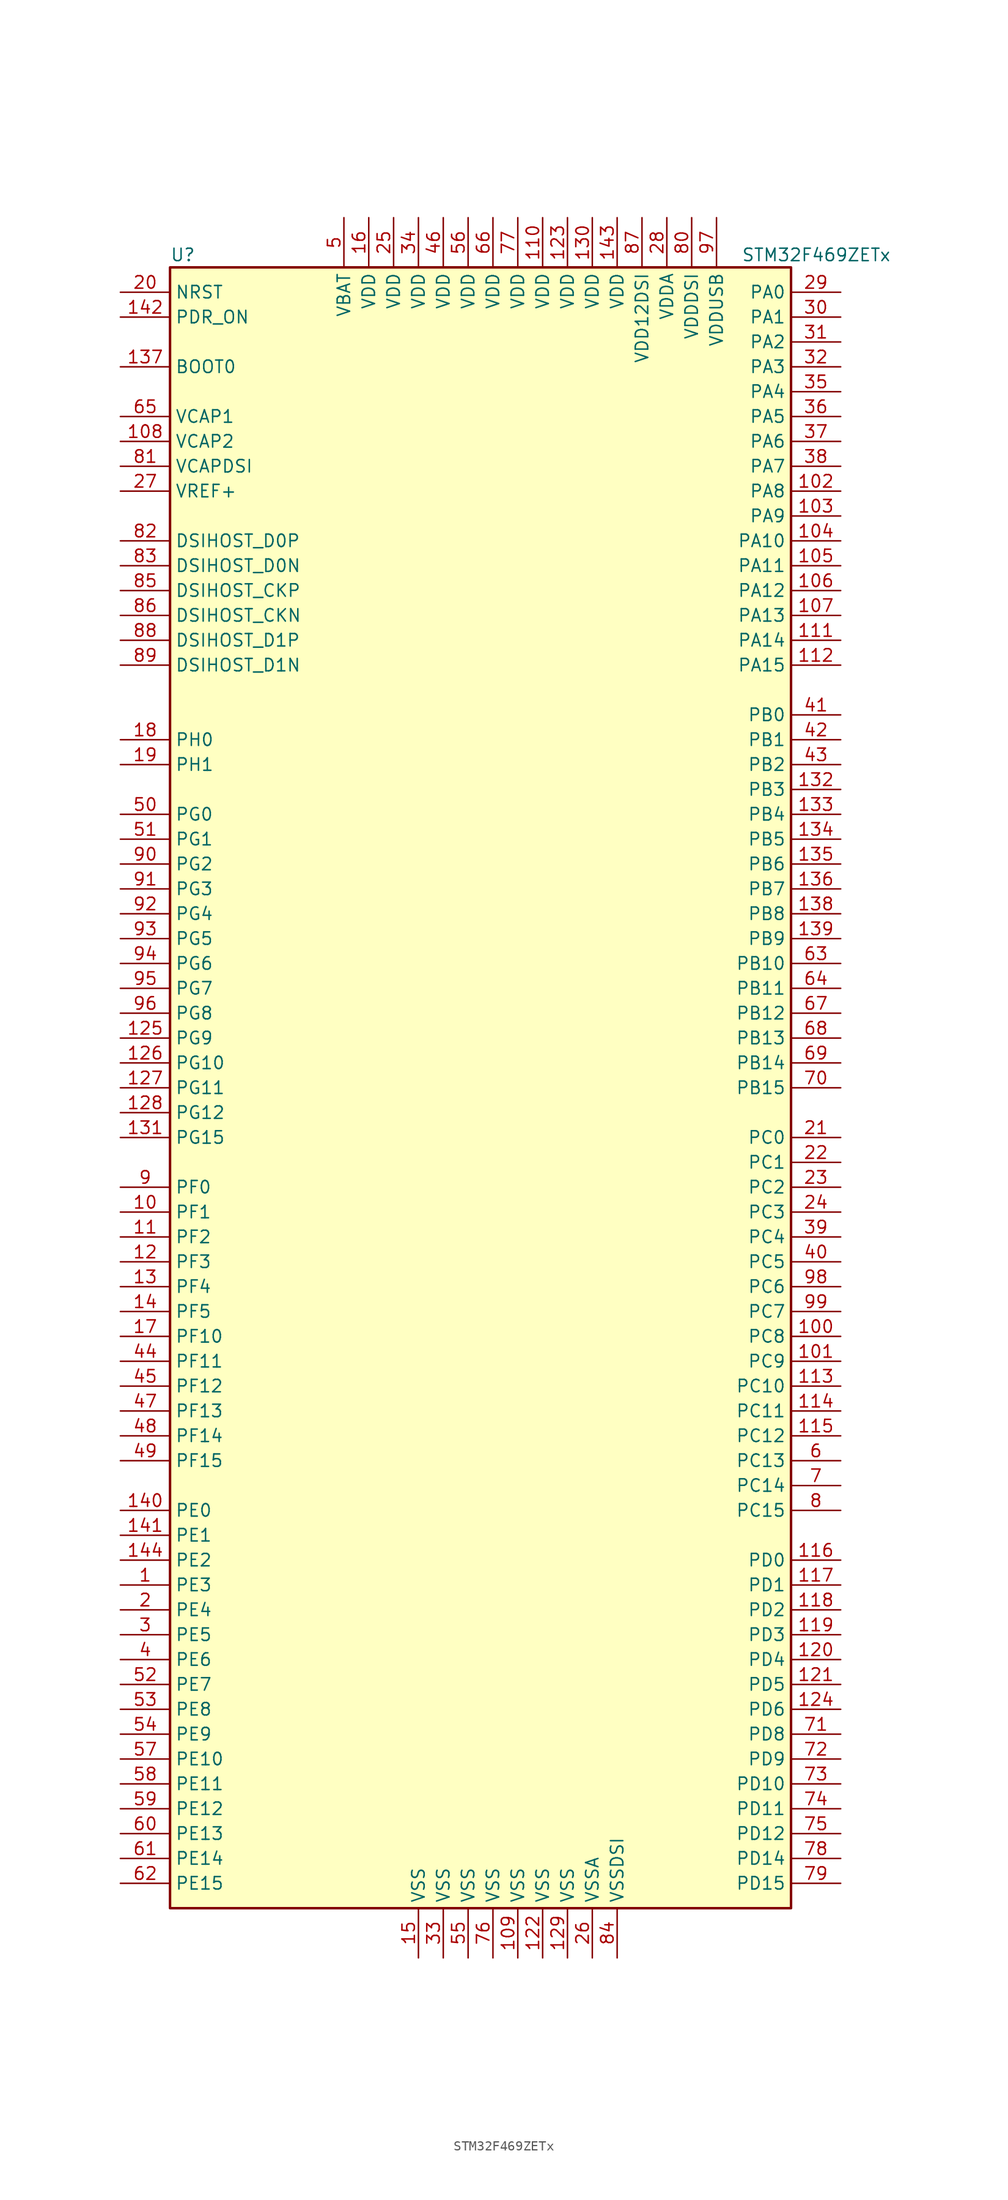
<source format=kicad_sym>
(kicad_symbol_lib
  (version 20211014)
  (generator kicad_symbol_editor)
  (symbol "STM32F469ZETx"
    (property "Reference" "U"
      (at -33.02 85.09 0)
      (effects (font (size 1.27 1.27)) (justify left)))
    (property "Value" "STM32F469ZETx"
      (at 25.4 85.09 0)
      (effects (font (size 1.27 1.27)) (justify left)))
    (symbol "STM32F469ZETx_0_1"
      (rectangle (start -33.02 -83.82) (end 30.48 83.82) (stroke (width 0.254) (type default) (color 0 0 0 0)) (fill (type background))))
    (symbol "STM32F469ZETx_1_1"
      (pin bidirectional line (at -38.1 -50.8 0) (length 5.08) (name "PE3" (effects (font (size 1.27 1.27)))) (number "1" (effects (font (size 1.27 1.27)))))
      (pin bidirectional line (at -38.1 -12.7 0) (length 5.08) (name "PF1" (effects (font (size 1.27 1.27)))) (number "10" (effects (font (size 1.27 1.27)))))
      (pin bidirectional line (at 35.56 -25.4 180) (length 5.08) (name "PC8" (effects (font (size 1.27 1.27)))) (number "100" (effects (font (size 1.27 1.27)))))
      (pin bidirectional line (at 35.56 -27.94 180) (length 5.08) (name "PC9" (effects (font (size 1.27 1.27)))) (number "101" (effects (font (size 1.27 1.27)))))
      (pin bidirectional line (at 35.56 60.96 180) (length 5.08) (name "PA8" (effects (font (size 1.27 1.27)))) (number "102" (effects (font (size 1.27 1.27)))))
      (pin bidirectional line (at 35.56 58.42 180) (length 5.08) (name "PA9" (effects (font (size 1.27 1.27)))) (number "103" (effects (font (size 1.27 1.27)))))
      (pin bidirectional line (at 35.56 55.88 180) (length 5.08) (name "PA10" (effects (font (size 1.27 1.27)))) (number "104" (effects (font (size 1.27 1.27)))))
      (pin bidirectional line (at 35.56 53.34 180) (length 5.08) (name "PA11" (effects (font (size 1.27 1.27)))) (number "105" (effects (font (size 1.27 1.27)))))
      (pin bidirectional line (at 35.56 50.8 180) (length 5.08) (name "PA12" (effects (font (size 1.27 1.27)))) (number "106" (effects (font (size 1.27 1.27)))))
      (pin bidirectional line (at 35.56 48.26 180) (length 5.08) (name "PA13" (effects (font (size 1.27 1.27)))) (number "107" (effects (font (size 1.27 1.27)))))
      (pin power_in line (at -38.1 66.04 0) (length 5.08) (name "VCAP2" (effects (font (size 1.27 1.27)))) (number "108" (effects (font (size 1.27 1.27)))))
      (pin power_in line (at 2.54 -88.9 90) (length 5.08) (name "VSS" (effects (font (size 1.27 1.27)))) (number "109" (effects (font (size 1.27 1.27)))))
      (pin bidirectional line (at -38.1 -15.24 0) (length 5.08) (name "PF2" (effects (font (size 1.27 1.27)))) (number "11" (effects (font (size 1.27 1.27)))))
      (pin power_in line (at 5.08 88.9 270) (length 5.08) (name "VDD" (effects (font (size 1.27 1.27)))) (number "110" (effects (font (size 1.27 1.27)))))
      (pin bidirectional line (at 35.56 45.72 180) (length 5.08) (name "PA14" (effects (font (size 1.27 1.27)))) (number "111" (effects (font (size 1.27 1.27)))))
      (pin bidirectional line (at 35.56 43.18 180) (length 5.08) (name "PA15" (effects (font (size 1.27 1.27)))) (number "112" (effects (font (size 1.27 1.27)))))
      (pin bidirectional line (at 35.56 -30.48 180) (length 5.08) (name "PC10" (effects (font (size 1.27 1.27)))) (number "113" (effects (font (size 1.27 1.27)))))
      (pin bidirectional line (at 35.56 -33.02 180) (length 5.08) (name "PC11" (effects (font (size 1.27 1.27)))) (number "114" (effects (font (size 1.27 1.27)))))
      (pin bidirectional line (at 35.56 -35.56 180) (length 5.08) (name "PC12" (effects (font (size 1.27 1.27)))) (number "115" (effects (font (size 1.27 1.27)))))
      (pin bidirectional line (at 35.56 -48.26 180) (length 5.08) (name "PD0" (effects (font (size 1.27 1.27)))) (number "116" (effects (font (size 1.27 1.27)))))
      (pin bidirectional line (at 35.56 -50.8 180) (length 5.08) (name "PD1" (effects (font (size 1.27 1.27)))) (number "117" (effects (font (size 1.27 1.27)))))
      (pin bidirectional line (at 35.56 -53.34 180) (length 5.08) (name "PD2" (effects (font (size 1.27 1.27)))) (number "118" (effects (font (size 1.27 1.27)))))
      (pin bidirectional line (at 35.56 -55.88 180) (length 5.08) (name "PD3" (effects (font (size 1.27 1.27)))) (number "119" (effects (font (size 1.27 1.27)))))
      (pin bidirectional line (at -38.1 -17.78 0) (length 5.08) (name "PF3" (effects (font (size 1.27 1.27)))) (number "12" (effects (font (size 1.27 1.27)))))
      (pin bidirectional line (at 35.56 -58.42 180) (length 5.08) (name "PD4" (effects (font (size 1.27 1.27)))) (number "120" (effects (font (size 1.27 1.27)))))
      (pin bidirectional line (at 35.56 -60.96 180) (length 5.08) (name "PD5" (effects (font (size 1.27 1.27)))) (number "121" (effects (font (size 1.27 1.27)))))
      (pin power_in line (at 5.08 -88.9 90) (length 5.08) (name "VSS" (effects (font (size 1.27 1.27)))) (number "122" (effects (font (size 1.27 1.27)))))
      (pin power_in line (at 7.62 88.9 270) (length 5.08) (name "VDD" (effects (font (size 1.27 1.27)))) (number "123" (effects (font (size 1.27 1.27)))))
      (pin bidirectional line (at 35.56 -63.5 180) (length 5.08) (name "PD6" (effects (font (size 1.27 1.27)))) (number "124" (effects (font (size 1.27 1.27)))))
      (pin bidirectional line (at -38.1 5.08 0) (length 5.08) (name "PG9" (effects (font (size 1.27 1.27)))) (number "125" (effects (font (size 1.27 1.27)))))
      (pin bidirectional line (at -38.1 2.54 0) (length 5.08) (name "PG10" (effects (font (size 1.27 1.27)))) (number "126" (effects (font (size 1.27 1.27)))))
      (pin bidirectional line (at -38.1 0 0) (length 5.08) (name "PG11" (effects (font (size 1.27 1.27)))) (number "127" (effects (font (size 1.27 1.27)))))
      (pin bidirectional line (at -38.1 -2.54 0) (length 5.08) (name "PG12" (effects (font (size 1.27 1.27)))) (number "128" (effects (font (size 1.27 1.27)))))
      (pin power_in line (at 7.62 -88.9 90) (length 5.08) (name "VSS" (effects (font (size 1.27 1.27)))) (number "129" (effects (font (size 1.27 1.27)))))
      (pin bidirectional line (at -38.1 -20.32 0) (length 5.08) (name "PF4" (effects (font (size 1.27 1.27)))) (number "13" (effects (font (size 1.27 1.27)))))
      (pin power_in line (at 10.16 88.9 270) (length 5.08) (name "VDD" (effects (font (size 1.27 1.27)))) (number "130" (effects (font (size 1.27 1.27)))))
      (pin bidirectional line (at -38.1 -5.08 0) (length 5.08) (name "PG15" (effects (font (size 1.27 1.27)))) (number "131" (effects (font (size 1.27 1.27)))))
      (pin bidirectional line (at 35.56 30.48 180) (length 5.08) (name "PB3" (effects (font (size 1.27 1.27)))) (number "132" (effects (font (size 1.27 1.27)))))
      (pin bidirectional line (at 35.56 27.94 180) (length 5.08) (name "PB4" (effects (font (size 1.27 1.27)))) (number "133" (effects (font (size 1.27 1.27)))))
      (pin bidirectional line (at 35.56 25.4 180) (length 5.08) (name "PB5" (effects (font (size 1.27 1.27)))) (number "134" (effects (font (size 1.27 1.27)))))
      (pin bidirectional line (at 35.56 22.86 180) (length 5.08) (name "PB6" (effects (font (size 1.27 1.27)))) (number "135" (effects (font (size 1.27 1.27)))))
      (pin bidirectional line (at 35.56 20.32 180) (length 5.08) (name "PB7" (effects (font (size 1.27 1.27)))) (number "136" (effects (font (size 1.27 1.27)))))
      (pin input line (at -38.1 73.66 0) (length 5.08) (name "BOOT0" (effects (font (size 1.27 1.27)))) (number "137" (effects (font (size 1.27 1.27)))))
      (pin bidirectional line (at 35.56 17.78 180) (length 5.08) (name "PB8" (effects (font (size 1.27 1.27)))) (number "138" (effects (font (size 1.27 1.27)))))
      (pin bidirectional line (at 35.56 15.24 180) (length 5.08) (name "PB9" (effects (font (size 1.27 1.27)))) (number "139" (effects (font (size 1.27 1.27)))))
      (pin bidirectional line (at -38.1 -22.86 0) (length 5.08) (name "PF5" (effects (font (size 1.27 1.27)))) (number "14" (effects (font (size 1.27 1.27)))))
      (pin bidirectional line (at -38.1 -43.18 0) (length 5.08) (name "PE0" (effects (font (size 1.27 1.27)))) (number "140" (effects (font (size 1.27 1.27)))))
      (pin bidirectional line (at -38.1 -45.72 0) (length 5.08) (name "PE1" (effects (font (size 1.27 1.27)))) (number "141" (effects (font (size 1.27 1.27)))))
      (pin input line (at -38.1 78.74 0) (length 5.08) (name "PDR_ON" (effects (font (size 1.27 1.27)))) (number "142" (effects (font (size 1.27 1.27)))))
      (pin power_in line (at 12.7 88.9 270) (length 5.08) (name "VDD" (effects (font (size 1.27 1.27)))) (number "143" (effects (font (size 1.27 1.27)))))
      (pin bidirectional line (at -38.1 -48.26 0) (length 5.08) (name "PE2" (effects (font (size 1.27 1.27)))) (number "144" (effects (font (size 1.27 1.27)))))
      (pin power_in line (at -7.62 -88.9 90) (length 5.08) (name "VSS" (effects (font (size 1.27 1.27)))) (number "15" (effects (font (size 1.27 1.27)))))
      (pin power_in line (at -12.7 88.9 270) (length 5.08) (name "VDD" (effects (font (size 1.27 1.27)))) (number "16" (effects (font (size 1.27 1.27)))))
      (pin bidirectional line (at -38.1 -25.4 0) (length 5.08) (name "PF10" (effects (font (size 1.27 1.27)))) (number "17" (effects (font (size 1.27 1.27)))))
      (pin input line (at -38.1 35.56 0) (length 5.08) (name "PH0" (effects (font (size 1.27 1.27)))) (number "18" (effects (font (size 1.27 1.27)))))
      (pin input line (at -38.1 33.02 0) (length 5.08) (name "PH1" (effects (font (size 1.27 1.27)))) (number "19" (effects (font (size 1.27 1.27)))))
      (pin bidirectional line (at -38.1 -53.34 0) (length 5.08) (name "PE4" (effects (font (size 1.27 1.27)))) (number "2" (effects (font (size 1.27 1.27)))))
      (pin input line (at -38.1 81.28 0) (length 5.08) (name "NRST" (effects (font (size 1.27 1.27)))) (number "20" (effects (font (size 1.27 1.27)))))
      (pin bidirectional line (at 35.56 -5.08 180) (length 5.08) (name "PC0" (effects (font (size 1.27 1.27)))) (number "21" (effects (font (size 1.27 1.27)))))
      (pin bidirectional line (at 35.56 -7.62 180) (length 5.08) (name "PC1" (effects (font (size 1.27 1.27)))) (number "22" (effects (font (size 1.27 1.27)))))
      (pin bidirectional line (at 35.56 -10.16 180) (length 5.08) (name "PC2" (effects (font (size 1.27 1.27)))) (number "23" (effects (font (size 1.27 1.27)))))
      (pin bidirectional line (at 35.56 -12.7 180) (length 5.08) (name "PC3" (effects (font (size 1.27 1.27)))) (number "24" (effects (font (size 1.27 1.27)))))
      (pin power_in line (at -10.16 88.9 270) (length 5.08) (name "VDD" (effects (font (size 1.27 1.27)))) (number "25" (effects (font (size 1.27 1.27)))))
      (pin power_in line (at 10.16 -88.9 90) (length 5.08) (name "VSSA" (effects (font (size 1.27 1.27)))) (number "26" (effects (font (size 1.27 1.27)))))
      (pin power_in line (at -38.1 60.96 0) (length 5.08) (name "VREF+" (effects (font (size 1.27 1.27)))) (number "27" (effects (font (size 1.27 1.27)))))
      (pin power_in line (at 17.78 88.9 270) (length 5.08) (name "VDDA" (effects (font (size 1.27 1.27)))) (number "28" (effects (font (size 1.27 1.27)))))
      (pin bidirectional line (at 35.56 81.28 180) (length 5.08) (name "PA0" (effects (font (size 1.27 1.27)))) (number "29" (effects (font (size 1.27 1.27)))))
      (pin bidirectional line (at -38.1 -55.88 0) (length 5.08) (name "PE5" (effects (font (size 1.27 1.27)))) (number "3" (effects (font (size 1.27 1.27)))))
      (pin bidirectional line (at 35.56 78.74 180) (length 5.08) (name "PA1" (effects (font (size 1.27 1.27)))) (number "30" (effects (font (size 1.27 1.27)))))
      (pin bidirectional line (at 35.56 76.2 180) (length 5.08) (name "PA2" (effects (font (size 1.27 1.27)))) (number "31" (effects (font (size 1.27 1.27)))))
      (pin bidirectional line (at 35.56 73.66 180) (length 5.08) (name "PA3" (effects (font (size 1.27 1.27)))) (number "32" (effects (font (size 1.27 1.27)))))
      (pin power_in line (at -5.08 -88.9 90) (length 5.08) (name "VSS" (effects (font (size 1.27 1.27)))) (number "33" (effects (font (size 1.27 1.27)))))
      (pin power_in line (at -7.62 88.9 270) (length 5.08) (name "VDD" (effects (font (size 1.27 1.27)))) (number "34" (effects (font (size 1.27 1.27)))))
      (pin bidirectional line (at 35.56 71.12 180) (length 5.08) (name "PA4" (effects (font (size 1.27 1.27)))) (number "35" (effects (font (size 1.27 1.27)))))
      (pin bidirectional line (at 35.56 68.58 180) (length 5.08) (name "PA5" (effects (font (size 1.27 1.27)))) (number "36" (effects (font (size 1.27 1.27)))))
      (pin bidirectional line (at 35.56 66.04 180) (length 5.08) (name "PA6" (effects (font (size 1.27 1.27)))) (number "37" (effects (font (size 1.27 1.27)))))
      (pin bidirectional line (at 35.56 63.5 180) (length 5.08) (name "PA7" (effects (font (size 1.27 1.27)))) (number "38" (effects (font (size 1.27 1.27)))))
      (pin bidirectional line (at 35.56 -15.24 180) (length 5.08) (name "PC4" (effects (font (size 1.27 1.27)))) (number "39" (effects (font (size 1.27 1.27)))))
      (pin bidirectional line (at -38.1 -58.42 0) (length 5.08) (name "PE6" (effects (font (size 1.27 1.27)))) (number "4" (effects (font (size 1.27 1.27)))))
      (pin bidirectional line (at 35.56 -17.78 180) (length 5.08) (name "PC5" (effects (font (size 1.27 1.27)))) (number "40" (effects (font (size 1.27 1.27)))))
      (pin bidirectional line (at 35.56 38.1 180) (length 5.08) (name "PB0" (effects (font (size 1.27 1.27)))) (number "41" (effects (font (size 1.27 1.27)))))
      (pin bidirectional line (at 35.56 35.56 180) (length 5.08) (name "PB1" (effects (font (size 1.27 1.27)))) (number "42" (effects (font (size 1.27 1.27)))))
      (pin bidirectional line (at 35.56 33.02 180) (length 5.08) (name "PB2" (effects (font (size 1.27 1.27)))) (number "43" (effects (font (size 1.27 1.27)))))
      (pin bidirectional line (at -38.1 -27.94 0) (length 5.08) (name "PF11" (effects (font (size 1.27 1.27)))) (number "44" (effects (font (size 1.27 1.27)))))
      (pin bidirectional line (at -38.1 -30.48 0) (length 5.08) (name "PF12" (effects (font (size 1.27 1.27)))) (number "45" (effects (font (size 1.27 1.27)))))
      (pin power_in line (at -5.08 88.9 270) (length 5.08) (name "VDD" (effects (font (size 1.27 1.27)))) (number "46" (effects (font (size 1.27 1.27)))))
      (pin bidirectional line (at -38.1 -33.02 0) (length 5.08) (name "PF13" (effects (font (size 1.27 1.27)))) (number "47" (effects (font (size 1.27 1.27)))))
      (pin bidirectional line (at -38.1 -35.56 0) (length 5.08) (name "PF14" (effects (font (size 1.27 1.27)))) (number "48" (effects (font (size 1.27 1.27)))))
      (pin bidirectional line (at -38.1 -38.1 0) (length 5.08) (name "PF15" (effects (font (size 1.27 1.27)))) (number "49" (effects (font (size 1.27 1.27)))))
      (pin power_in line (at -15.24 88.9 270) (length 5.08) (name "VBAT" (effects (font (size 1.27 1.27)))) (number "5" (effects (font (size 1.27 1.27)))))
      (pin bidirectional line (at -38.1 27.94 0) (length 5.08) (name "PG0" (effects (font (size 1.27 1.27)))) (number "50" (effects (font (size 1.27 1.27)))))
      (pin bidirectional line (at -38.1 25.4 0) (length 5.08) (name "PG1" (effects (font (size 1.27 1.27)))) (number "51" (effects (font (size 1.27 1.27)))))
      (pin bidirectional line (at -38.1 -60.96 0) (length 5.08) (name "PE7" (effects (font (size 1.27 1.27)))) (number "52" (effects (font (size 1.27 1.27)))))
      (pin bidirectional line (at -38.1 -63.5 0) (length 5.08) (name "PE8" (effects (font (size 1.27 1.27)))) (number "53" (effects (font (size 1.27 1.27)))))
      (pin bidirectional line (at -38.1 -66.04 0) (length 5.08) (name "PE9" (effects (font (size 1.27 1.27)))) (number "54" (effects (font (size 1.27 1.27)))))
      (pin power_in line (at -2.54 -88.9 90) (length 5.08) (name "VSS" (effects (font (size 1.27 1.27)))) (number "55" (effects (font (size 1.27 1.27)))))
      (pin power_in line (at -2.54 88.9 270) (length 5.08) (name "VDD" (effects (font (size 1.27 1.27)))) (number "56" (effects (font (size 1.27 1.27)))))
      (pin bidirectional line (at -38.1 -68.58 0) (length 5.08) (name "PE10" (effects (font (size 1.27 1.27)))) (number "57" (effects (font (size 1.27 1.27)))))
      (pin bidirectional line (at -38.1 -71.12 0) (length 5.08) (name "PE11" (effects (font (size 1.27 1.27)))) (number "58" (effects (font (size 1.27 1.27)))))
      (pin bidirectional line (at -38.1 -73.66 0) (length 5.08) (name "PE12" (effects (font (size 1.27 1.27)))) (number "59" (effects (font (size 1.27 1.27)))))
      (pin bidirectional line (at 35.56 -38.1 180) (length 5.08) (name "PC13" (effects (font (size 1.27 1.27)))) (number "6" (effects (font (size 1.27 1.27)))))
      (pin bidirectional line (at -38.1 -76.2 0) (length 5.08) (name "PE13" (effects (font (size 1.27 1.27)))) (number "60" (effects (font (size 1.27 1.27)))))
      (pin bidirectional line (at -38.1 -78.74 0) (length 5.08) (name "PE14" (effects (font (size 1.27 1.27)))) (number "61" (effects (font (size 1.27 1.27)))))
      (pin bidirectional line (at -38.1 -81.28 0) (length 5.08) (name "PE15" (effects (font (size 1.27 1.27)))) (number "62" (effects (font (size 1.27 1.27)))))
      (pin bidirectional line (at 35.56 12.7 180) (length 5.08) (name "PB10" (effects (font (size 1.27 1.27)))) (number "63" (effects (font (size 1.27 1.27)))))
      (pin bidirectional line (at 35.56 10.16 180) (length 5.08) (name "PB11" (effects (font (size 1.27 1.27)))) (number "64" (effects (font (size 1.27 1.27)))))
      (pin power_in line (at -38.1 68.58 0) (length 5.08) (name "VCAP1" (effects (font (size 1.27 1.27)))) (number "65" (effects (font (size 1.27 1.27)))))
      (pin power_in line (at 0 88.9 270) (length 5.08) (name "VDD" (effects (font (size 1.27 1.27)))) (number "66" (effects (font (size 1.27 1.27)))))
      (pin bidirectional line (at 35.56 7.62 180) (length 5.08) (name "PB12" (effects (font (size 1.27 1.27)))) (number "67" (effects (font (size 1.27 1.27)))))
      (pin bidirectional line (at 35.56 5.08 180) (length 5.08) (name "PB13" (effects (font (size 1.27 1.27)))) (number "68" (effects (font (size 1.27 1.27)))))
      (pin bidirectional line (at 35.56 2.54 180) (length 5.08) (name "PB14" (effects (font (size 1.27 1.27)))) (number "69" (effects (font (size 1.27 1.27)))))
      (pin bidirectional line (at 35.56 -40.64 180) (length 5.08) (name "PC14" (effects (font (size 1.27 1.27)))) (number "7" (effects (font (size 1.27 1.27)))))
      (pin bidirectional line (at 35.56 0 180) (length 5.08) (name "PB15" (effects (font (size 1.27 1.27)))) (number "70" (effects (font (size 1.27 1.27)))))
      (pin bidirectional line (at 35.56 -66.04 180) (length 5.08) (name "PD8" (effects (font (size 1.27 1.27)))) (number "71" (effects (font (size 1.27 1.27)))))
      (pin bidirectional line (at 35.56 -68.58 180) (length 5.08) (name "PD9" (effects (font (size 1.27 1.27)))) (number "72" (effects (font (size 1.27 1.27)))))
      (pin bidirectional line (at 35.56 -71.12 180) (length 5.08) (name "PD10" (effects (font (size 1.27 1.27)))) (number "73" (effects (font (size 1.27 1.27)))))
      (pin bidirectional line (at 35.56 -73.66 180) (length 5.08) (name "PD11" (effects (font (size 1.27 1.27)))) (number "74" (effects (font (size 1.27 1.27)))))
      (pin bidirectional line (at 35.56 -76.2 180) (length 5.08) (name "PD12" (effects (font (size 1.27 1.27)))) (number "75" (effects (font (size 1.27 1.27)))))
      (pin power_in line (at 0 -88.9 90) (length 5.08) (name "VSS" (effects (font (size 1.27 1.27)))) (number "76" (effects (font (size 1.27 1.27)))))
      (pin power_in line (at 2.54 88.9 270) (length 5.08) (name "VDD" (effects (font (size 1.27 1.27)))) (number "77" (effects (font (size 1.27 1.27)))))
      (pin bidirectional line (at 35.56 -78.74 180) (length 5.08) (name "PD14" (effects (font (size 1.27 1.27)))) (number "78" (effects (font (size 1.27 1.27)))))
      (pin bidirectional line (at 35.56 -81.28 180) (length 5.08) (name "PD15" (effects (font (size 1.27 1.27)))) (number "79" (effects (font (size 1.27 1.27)))))
      (pin bidirectional line (at 35.56 -43.18 180) (length 5.08) (name "PC15" (effects (font (size 1.27 1.27)))) (number "8" (effects (font (size 1.27 1.27)))))
      (pin power_in line (at 20.32 88.9 270) (length 5.08) (name "VDDDSI" (effects (font (size 1.27 1.27)))) (number "80" (effects (font (size 1.27 1.27)))))
      (pin power_in line (at -38.1 63.5 0) (length 5.08) (name "VCAPDSI" (effects (font (size 1.27 1.27)))) (number "81" (effects (font (size 1.27 1.27)))))
      (pin bidirectional line (at -38.1 55.88 0) (length 5.08) (name "DSIHOST_D0P" (effects (font (size 1.27 1.27)))) (number "82" (effects (font (size 1.27 1.27)))))
      (pin bidirectional line (at -38.1 53.34 0) (length 5.08) (name "DSIHOST_D0N" (effects (font (size 1.27 1.27)))) (number "83" (effects (font (size 1.27 1.27)))))
      (pin power_in line (at 12.7 -88.9 90) (length 5.08) (name "VSSDSI" (effects (font (size 1.27 1.27)))) (number "84" (effects (font (size 1.27 1.27)))))
      (pin bidirectional line (at -38.1 50.8 0) (length 5.08) (name "DSIHOST_CKP" (effects (font (size 1.27 1.27)))) (number "85" (effects (font (size 1.27 1.27)))))
      (pin bidirectional line (at -38.1 48.26 0) (length 5.08) (name "DSIHOST_CKN" (effects (font (size 1.27 1.27)))) (number "86" (effects (font (size 1.27 1.27)))))
      (pin power_in line (at 15.24 88.9 270) (length 5.08) (name "VDD12DSI" (effects (font (size 1.27 1.27)))) (number "87" (effects (font (size 1.27 1.27)))))
      (pin bidirectional line (at -38.1 45.72 0) (length 5.08) (name "DSIHOST_D1P" (effects (font (size 1.27 1.27)))) (number "88" (effects (font (size 1.27 1.27)))))
      (pin bidirectional line (at -38.1 43.18 0) (length 5.08) (name "DSIHOST_D1N" (effects (font (size 1.27 1.27)))) (number "89" (effects (font (size 1.27 1.27)))))
      (pin bidirectional line (at -38.1 -10.16 0) (length 5.08) (name "PF0" (effects (font (size 1.27 1.27)))) (number "9" (effects (font (size 1.27 1.27)))))
      (pin bidirectional line (at -38.1 22.86 0) (length 5.08) (name "PG2" (effects (font (size 1.27 1.27)))) (number "90" (effects (font (size 1.27 1.27)))))
      (pin bidirectional line (at -38.1 20.32 0) (length 5.08) (name "PG3" (effects (font (size 1.27 1.27)))) (number "91" (effects (font (size 1.27 1.27)))))
      (pin bidirectional line (at -38.1 17.78 0) (length 5.08) (name "PG4" (effects (font (size 1.27 1.27)))) (number "92" (effects (font (size 1.27 1.27)))))
      (pin bidirectional line (at -38.1 15.24 0) (length 5.08) (name "PG5" (effects (font (size 1.27 1.27)))) (number "93" (effects (font (size 1.27 1.27)))))
      (pin bidirectional line (at -38.1 12.7 0) (length 5.08) (name "PG6" (effects (font (size 1.27 1.27)))) (number "94" (effects (font (size 1.27 1.27)))))
      (pin bidirectional line (at -38.1 10.16 0) (length 5.08) (name "PG7" (effects (font (size 1.27 1.27)))) (number "95" (effects (font (size 1.27 1.27)))))
      (pin bidirectional line (at -38.1 7.62 0) (length 5.08) (name "PG8" (effects (font (size 1.27 1.27)))) (number "96" (effects (font (size 1.27 1.27)))))
      (pin power_in line (at 22.86 88.9 270) (length 5.08) (name "VDDUSB" (effects (font (size 1.27 1.27)))) (number "97" (effects (font (size 1.27 1.27)))))
      (pin bidirectional line (at 35.56 -20.32 180) (length 5.08) (name "PC6" (effects (font (size 1.27 1.27)))) (number "98" (effects (font (size 1.27 1.27)))))
      (pin bidirectional line (at 35.56 -22.86 180) (length 5.08) (name "PC7" (effects (font (size 1.27 1.27)))) (number "99" (effects (font (size 1.27 1.27))))))))
</source>
